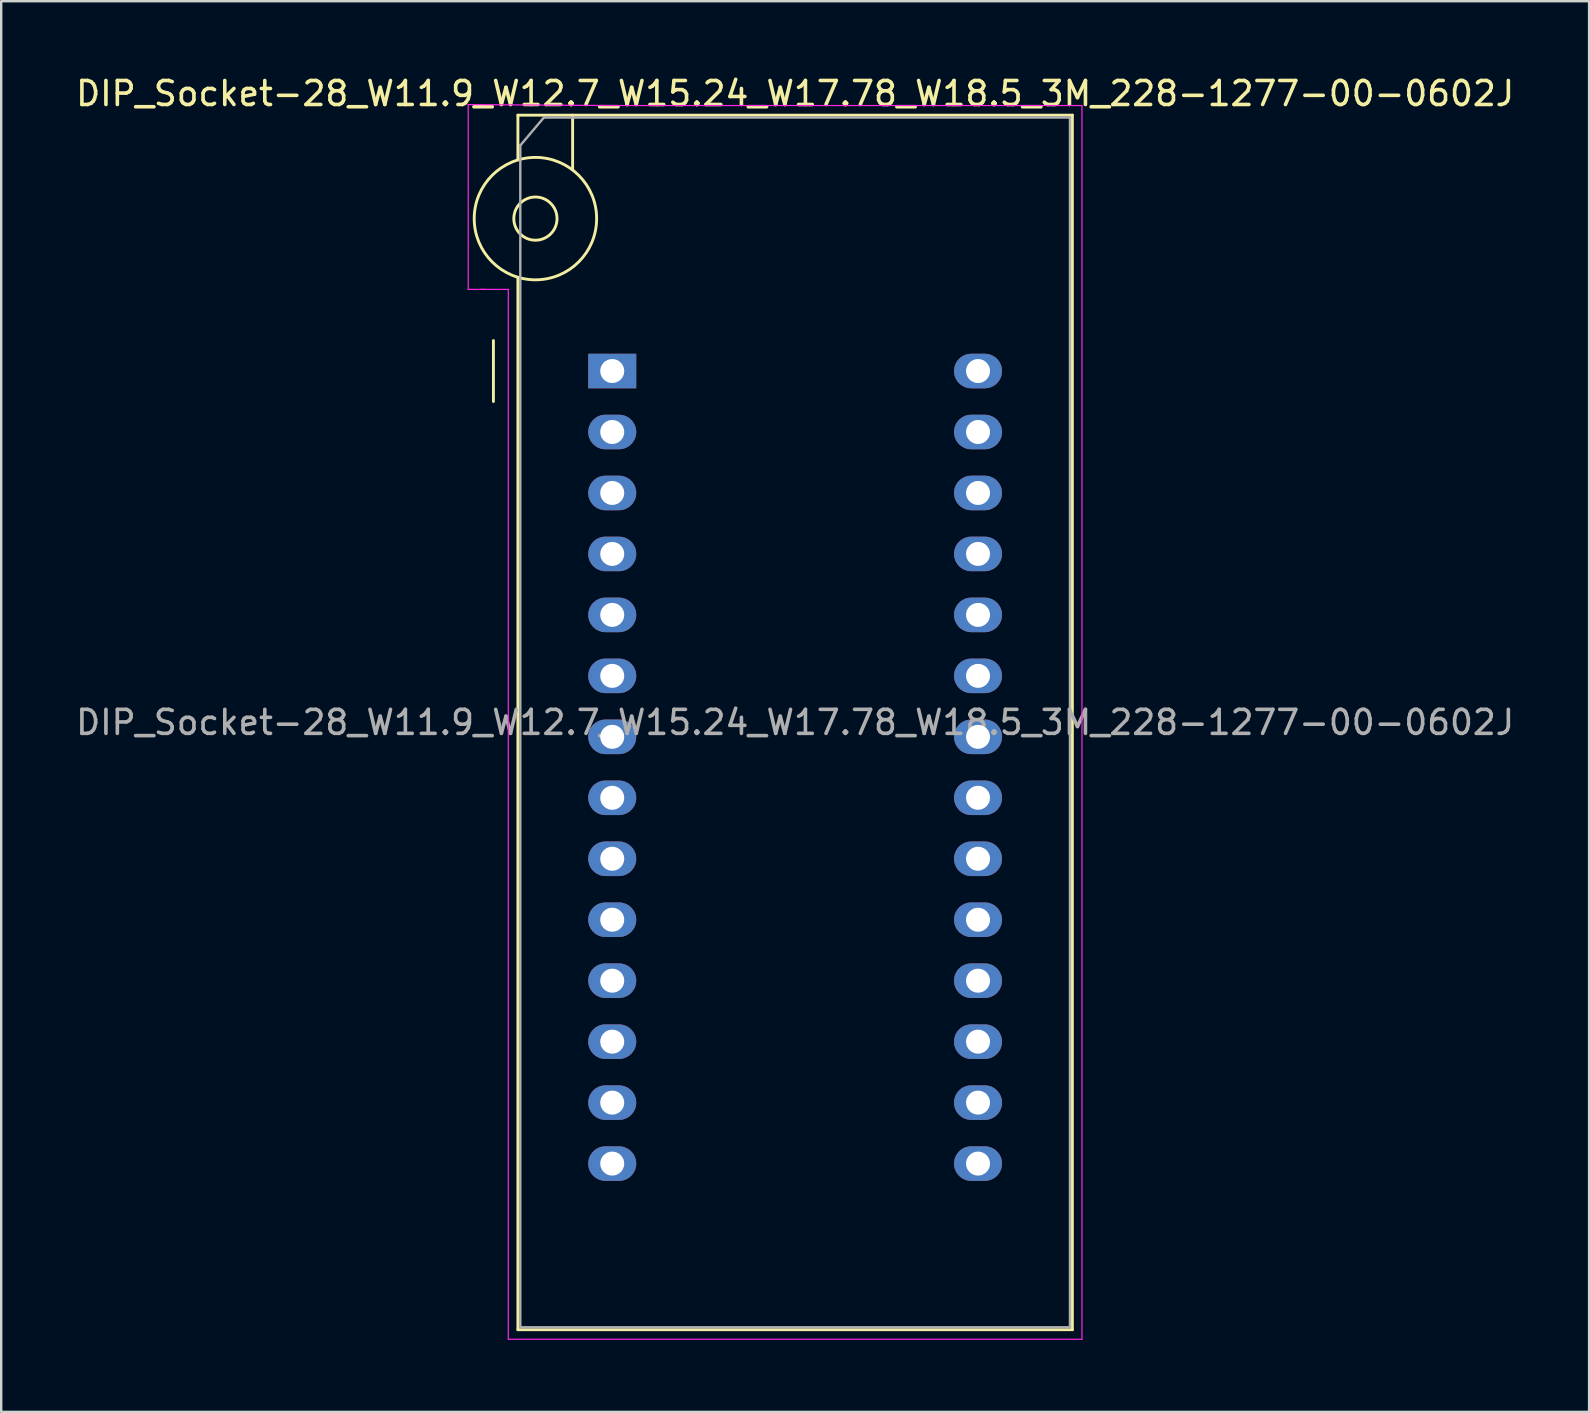
<source format=kicad_pcb>
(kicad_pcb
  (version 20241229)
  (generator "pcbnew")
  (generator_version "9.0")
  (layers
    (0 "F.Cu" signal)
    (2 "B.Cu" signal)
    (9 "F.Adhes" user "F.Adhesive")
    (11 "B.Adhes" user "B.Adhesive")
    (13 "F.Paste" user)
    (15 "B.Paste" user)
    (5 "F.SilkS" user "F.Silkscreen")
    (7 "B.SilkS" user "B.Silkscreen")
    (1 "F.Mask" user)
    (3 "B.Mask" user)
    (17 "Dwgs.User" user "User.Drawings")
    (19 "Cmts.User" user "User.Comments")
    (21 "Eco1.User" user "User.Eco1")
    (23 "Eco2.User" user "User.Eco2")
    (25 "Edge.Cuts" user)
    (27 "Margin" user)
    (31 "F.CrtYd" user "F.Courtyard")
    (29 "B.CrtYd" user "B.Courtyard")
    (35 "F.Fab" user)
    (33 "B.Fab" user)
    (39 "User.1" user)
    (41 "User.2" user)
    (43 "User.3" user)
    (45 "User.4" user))
  (footprint "DIP_Socket-28_W11.9_W12.7_W15.24_W17.78_W18.5_3M_228-1277-00-0602J"
    (layer "F.Cu")
    (at 22.457 12.408)
    (property "Reference" "DIP_Socket-28_W11.9_W12.7_W15.24_W17.78_W18.5_3M_228-1277-00-0602J" (at 7.62 -11.56 0) (layer "F.SilkS") (effects (font (size 1 1) (thickness 0.15))))
    (attr through_hole)
    (fp_line (start -4.95 1.27) (end -4.95 -1.27) (stroke (width 0.12) (type solid)) (layer "F.SilkS"))
    (fp_line (start -3.93 -10.66) (end -3.93 -8.8) (stroke (width 0.12) (type solid)) (layer "F.SilkS"))
    (fp_line (start -3.93 -3.9) (end -3.93 39.94) (stroke (width 0.12) (type solid)) (layer "F.SilkS"))
    (fp_line (start -3.93 39.94) (end 19.17 39.94) (stroke (width 0.12) (type solid)) (layer "F.SilkS"))
    (fp_line (start -1.65 -10.66) (end -1.65 -8.4) (stroke (width 0.12) (type solid)) (layer "F.SilkS"))
    (fp_line (start 19.17 -10.66) (end -3.93 -10.66) (stroke (width 0.12) (type solid)) (layer "F.SilkS"))
    (fp_line (start 19.17 39.94) (end 19.17 -10.66) (stroke (width 0.12) (type solid)) (layer "F.SilkS"))
    (fp_circle (center -3.2 -6.35) (end -2.3 -6.35) (stroke (width 0.12) (type solid)) (fill no) (layer "F.SilkS"))
    (fp_circle (center -3.2 -6.35) (end -0.65 -6.35) (stroke (width 0.12) (type solid)) (fill no) (layer "F.SilkS"))
    (fp_line (start -6 -11.1) (end -6 -3.4) (stroke (width 0.05) (type solid)) (layer "F.CrtYd"))
    (fp_line (start -6 -3.4) (end -5.3 -3.4) (stroke (width 0.05) (type solid)) (layer "F.CrtYd"))
    (fp_line (start -4.33 -3.4) (end -5.5 -3.4) (stroke (width 0.05) (type solid)) (layer "F.CrtYd"))
    (fp_line (start -4.33 40.34) (end -4.33 -3.4) (stroke (width 0.05) (type solid)) (layer "F.CrtYd"))
    (fp_line (start 0.1 -11.06) (end -6 -11.1) (stroke (width 0.05) (type solid)) (layer "F.CrtYd"))
    (fp_line (start 0.1 -11.06) (end 19.57 -11.06) (stroke (width 0.05) (type solid)) (layer "F.CrtYd"))
    (fp_line (start 19.57 -11.06) (end 19.57 40.34) (stroke (width 0.05) (type solid)) (layer "F.CrtYd"))
    (fp_line (start 19.57 40.34) (end -4.33 40.34) (stroke (width 0.05) (type solid)) (layer "F.CrtYd"))
    (fp_line (start -3.83 -9.4) (end -2.85 -10.56) (stroke (width 0.1) (type solid)) (layer "F.Fab"))
    (fp_line (start -3.83 39.84) (end -3.83 -9.4) (stroke (width 0.1) (type solid)) (layer "F.Fab"))
    (fp_line (start -2.85 -10.56) (end 19.07 -10.56) (stroke (width 0.1) (type solid)) (layer "F.Fab"))
    (fp_line (start 19.07 -10.56) (end 19.07 39.84) (stroke (width 0.1) (type solid)) (layer "F.Fab"))
    (fp_line (start 19.07 39.84) (end -3.83 39.84) (stroke (width 0.1) (type solid)) (layer "F.Fab"))
    (fp_text user "${REFERENCE}" (at 7.62 14.64 0) (layer "F.Fab") (effects (font (size 1 1) (thickness 0.15))))
    (pad "1" thru_hole rect (at 0 0) (size 2 1.44) (drill 1) (layers "*.Cu" "*.Mask"))
    (pad "2" thru_hole oval (at 0 2.54) (size 2 1.44) (drill 1) (layers "*.Cu" "*.Mask"))
    (pad "3" thru_hole oval (at 0 5.08) (size 2 1.44) (drill 1) (layers "*.Cu" "*.Mask"))
    (pad "4" thru_hole oval (at 0 7.62) (size 2 1.44) (drill 1) (layers "*.Cu" "*.Mask"))
    (pad "5" thru_hole oval (at 0 10.16) (size 2 1.44) (drill 1) (layers "*.Cu" "*.Mask"))
    (pad "6" thru_hole oval (at 0 12.7) (size 2 1.44) (drill 1) (layers "*.Cu" "*.Mask"))
    (pad "7" thru_hole oval (at 0 15.24) (size 2 1.44) (drill 1) (layers "*.Cu" "*.Mask"))
    (pad "8" thru_hole oval (at 0 17.78) (size 2 1.44) (drill 1) (layers "*.Cu" "*.Mask"))
    (pad "9" thru_hole oval (at 0 20.32) (size 2 1.44) (drill 1) (layers "*.Cu" "*.Mask"))
    (pad "10" thru_hole oval (at 0 22.86) (size 2 1.44) (drill 1) (layers "*.Cu" "*.Mask"))
    (pad "11" thru_hole oval (at 0 25.4) (size 2 1.44) (drill 1) (layers "*.Cu" "*.Mask"))
    (pad "12" thru_hole oval (at 0 27.94) (size 2 1.44) (drill 1) (layers "*.Cu" "*.Mask"))
    (pad "13" thru_hole oval (at 0 30.48) (size 2 1.44) (drill 1) (layers "*.Cu" "*.Mask"))
    (pad "14" thru_hole oval (at 0 33.02) (size 2 1.44) (drill 1) (layers "*.Cu" "*.Mask"))
    (pad "15" thru_hole oval (at 15.24 33.02) (size 2 1.44) (drill 1) (layers "*.Cu" "*.Mask"))
    (pad "16" thru_hole oval (at 15.24 30.48) (size 2 1.44) (drill 1) (layers "*.Cu" "*.Mask"))
    (pad "17" thru_hole oval (at 15.24 27.94) (size 2 1.44) (drill 1) (layers "*.Cu" "*.Mask"))
    (pad "18" thru_hole oval (at 15.24 25.4) (size 2 1.44) (drill 1) (layers "*.Cu" "*.Mask"))
    (pad "19" thru_hole oval (at 15.24 22.86) (size 2 1.44) (drill 1) (layers "*.Cu" "*.Mask"))
    (pad "20" thru_hole oval (at 15.24 20.32) (size 2 1.44) (drill 1) (layers "*.Cu" "*.Mask"))
    (pad "21" thru_hole oval (at 15.24 17.78) (size 2 1.44) (drill 1) (layers "*.Cu" "*.Mask"))
    (pad "22" thru_hole oval (at 15.24 15.24) (size 2 1.44) (drill 1) (layers "*.Cu" "*.Mask"))
    (pad "23" thru_hole oval (at 15.24 12.7) (size 2 1.44) (drill 1) (layers "*.Cu" "*.Mask"))
    (pad "24" thru_hole oval (at 15.24 10.16) (size 2 1.44) (drill 1) (layers "*.Cu" "*.Mask"))
    (pad "25" thru_hole oval (at 15.24 7.62) (size 2 1.44) (drill 1) (layers "*.Cu" "*.Mask"))
    (pad "26" thru_hole oval (at 15.24 5.08) (size 2 1.44) (drill 1) (layers "*.Cu" "*.Mask"))
    (pad "27" thru_hole oval (at 15.24 2.54) (size 2 1.44) (drill 1) (layers "*.Cu" "*.Mask"))
    (pad "28" thru_hole oval (at 15.24 0) (size 2 1.44) (drill 1) (layers "*.Cu" "*.Mask")))
  (gr_rect
    (start -3 -3)
    (end 63.155 55.773)
    (stroke (width 0.1) (type default))
    (fill no)
    (layer "Edge.Cuts")))
</source>
